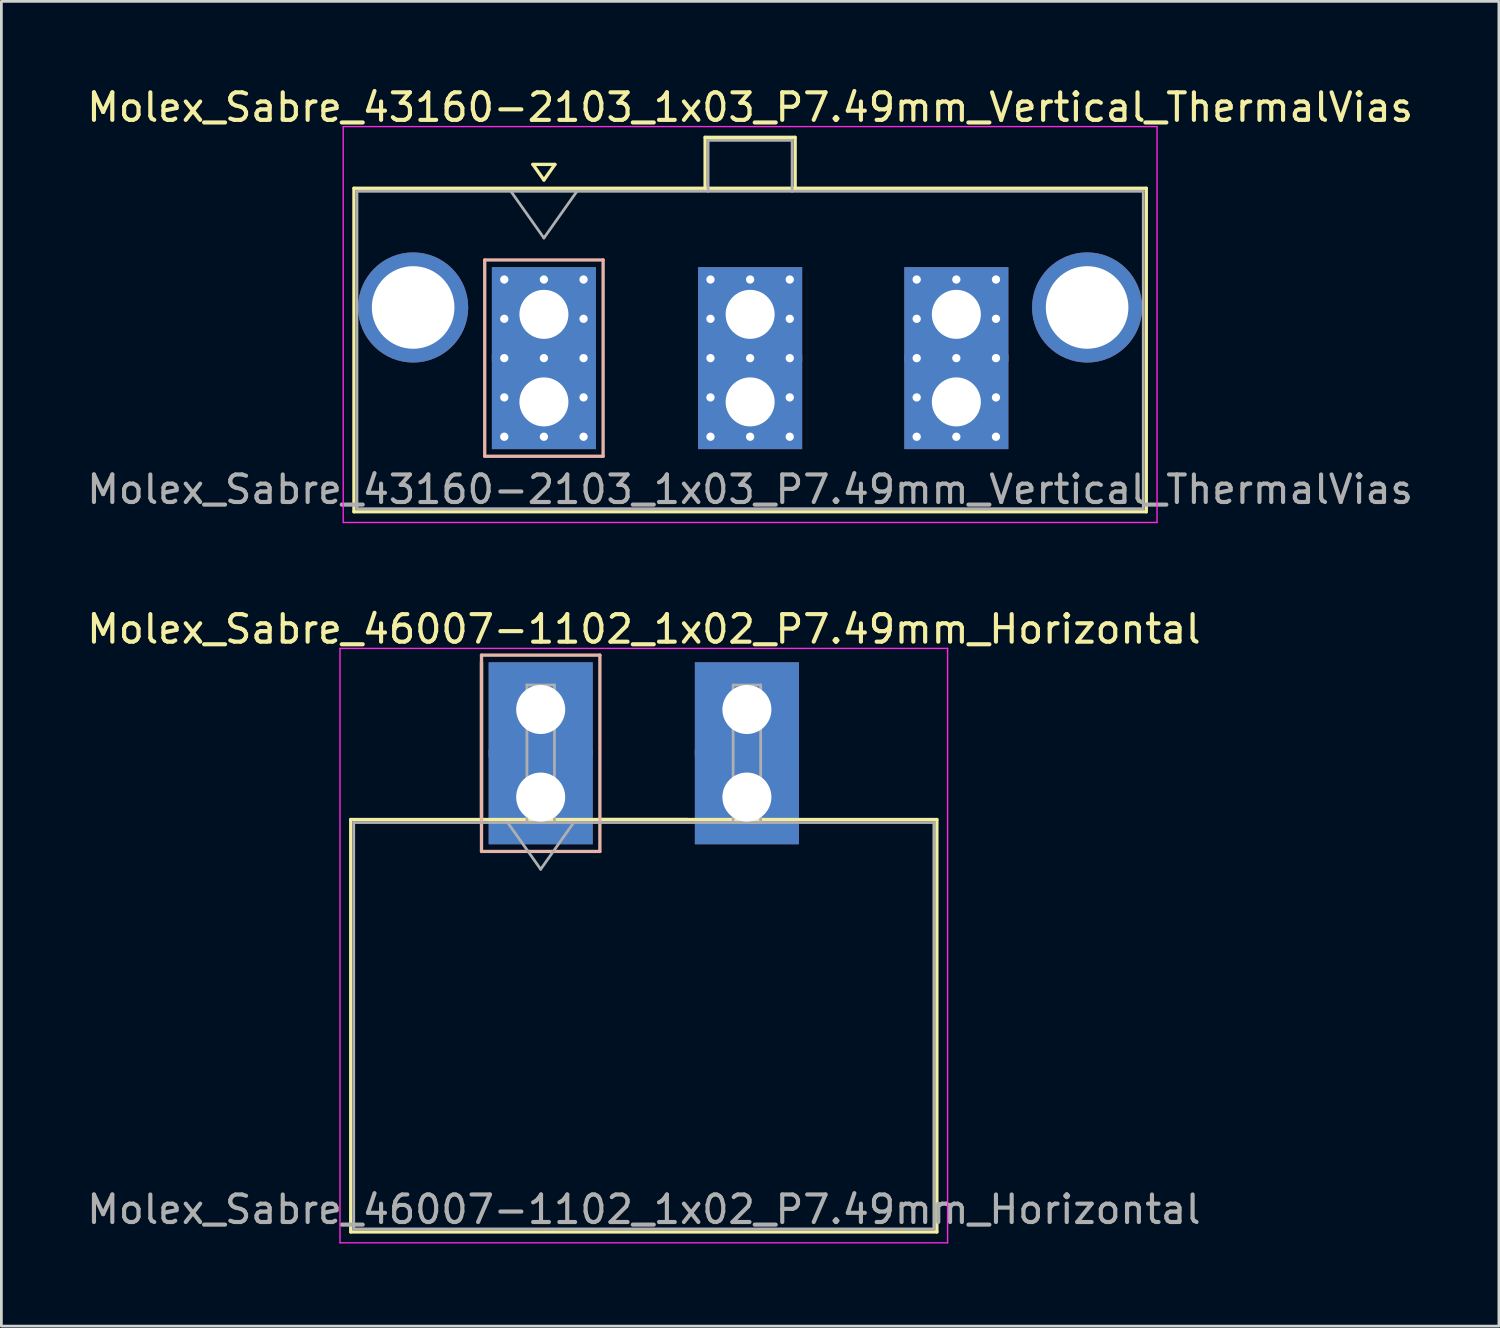
<source format=kicad_pcb>
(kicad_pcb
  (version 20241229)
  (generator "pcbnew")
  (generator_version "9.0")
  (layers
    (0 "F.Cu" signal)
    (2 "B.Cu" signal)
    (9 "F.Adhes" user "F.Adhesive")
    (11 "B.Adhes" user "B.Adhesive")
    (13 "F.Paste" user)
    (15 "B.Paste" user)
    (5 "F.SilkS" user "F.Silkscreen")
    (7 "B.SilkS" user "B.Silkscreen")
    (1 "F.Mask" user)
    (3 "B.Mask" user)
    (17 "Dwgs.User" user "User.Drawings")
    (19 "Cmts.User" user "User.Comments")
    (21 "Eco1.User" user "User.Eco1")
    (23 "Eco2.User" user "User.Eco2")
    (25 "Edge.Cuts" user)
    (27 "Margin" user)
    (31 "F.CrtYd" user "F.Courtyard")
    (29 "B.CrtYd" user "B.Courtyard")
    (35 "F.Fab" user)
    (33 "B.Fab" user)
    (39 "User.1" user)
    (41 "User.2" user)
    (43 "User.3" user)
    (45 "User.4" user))
  (footprint "Molex_Sabre_43160-2103_1x03_P7.49mm_Vertical_ThermalVias"
    (layer "F.Cu")
    (at 16.706 11.548)
    (property "Reference" "Molex_Sabre_43160-2103_1x03_P7.49mm_Vertical_ThermalVias" (at 7.49 -10.7 0) (layer "F.SilkS") (effects (font (size 1 1) (thickness 0.15))))
    (attr through_hole)
    (fp_line (start -6.9 -7.76) (end -6.9 3.99) (stroke (width 0.12) (type solid)) (layer "F.SilkS"))
    (fp_line (start -6.9 3.99) (end 21.88 3.99) (stroke (width 0.12) (type solid)) (layer "F.SilkS"))
    (fp_line (start -0.4 -8.626) (end 0 -8.06) (stroke (width 0.12) (type solid)) (layer "F.SilkS"))
    (fp_line (start 0 -8.06) (end 0.4 -8.626) (stroke (width 0.12) (type solid)) (layer "F.SilkS"))
    (fp_line (start 0.4 -8.626) (end -0.4 -8.626) (stroke (width 0.12) (type solid)) (layer "F.SilkS"))
    (fp_line (start 5.855 -9.61) (end 9.125 -9.61) (stroke (width 0.12) (type solid)) (layer "F.SilkS"))
    (fp_line (start 5.855 -7.76) (end 5.855 -9.61) (stroke (width 0.12) (type solid)) (layer "F.SilkS"))
    (fp_line (start 9.125 -9.61) (end 9.125 -7.76) (stroke (width 0.12) (type solid)) (layer "F.SilkS"))
    (fp_line (start 21.88 -7.76) (end -6.9 -7.76) (stroke (width 0.12) (type solid)) (layer "F.SilkS"))
    (fp_line (start 21.88 3.99) (end 21.88 -7.76) (stroke (width 0.12) (type solid)) (layer "F.SilkS"))
    (fp_line (start -2.15 -5.155) (end -2.15 1.975) (stroke (width 0.12) (type solid)) (layer "B.SilkS"))
    (fp_line (start -2.15 1.975) (end 2.15 1.975) (stroke (width 0.12) (type solid)) (layer "B.SilkS"))
    (fp_line (start 2.15 -5.155) (end -2.15 -5.155) (stroke (width 0.12) (type solid)) (layer "B.SilkS"))
    (fp_line (start 2.15 1.975) (end 2.15 -5.155) (stroke (width 0.12) (type solid)) (layer "B.SilkS"))
    (fp_line (start -7.29 -10) (end -7.29 4.38) (stroke (width 0.05) (type solid)) (layer "F.CrtYd"))
    (fp_line (start -7.29 4.38) (end 22.27 4.38) (stroke (width 0.05) (type solid)) (layer "F.CrtYd"))
    (fp_line (start 22.27 -10) (end -7.29 -10) (stroke (width 0.05) (type solid)) (layer "F.CrtYd"))
    (fp_line (start 22.27 4.38) (end 22.27 -10) (stroke (width 0.05) (type solid)) (layer "F.CrtYd"))
    (fp_line (start -6.79 -7.65) (end -6.79 3.88) (stroke (width 0.1) (type solid)) (layer "F.Fab"))
    (fp_line (start -6.79 3.88) (end 21.77 3.88) (stroke (width 0.1) (type solid)) (layer "F.Fab"))
    (fp_line (start -1.2 -7.65) (end 0 -5.953) (stroke (width 0.1) (type solid)) (layer "F.Fab"))
    (fp_line (start 0 -5.953) (end 1.2 -7.65) (stroke (width 0.1) (type solid)) (layer "F.Fab"))
    (fp_line (start 5.965 -9.5) (end 9.015 -9.5) (stroke (width 0.1) (type solid)) (layer "F.Fab"))
    (fp_line (start 5.965 -7.65) (end 5.965 -9.5) (stroke (width 0.1) (type solid)) (layer "F.Fab"))
    (fp_line (start 9.015 -9.5) (end 9.015 -7.65) (stroke (width 0.1) (type solid)) (layer "F.Fab"))
    (fp_line (start 21.77 -7.65) (end -6.79 -7.65) (stroke (width 0.1) (type solid)) (layer "F.Fab"))
    (fp_line (start 21.77 3.88) (end 21.77 -7.65) (stroke (width 0.1) (type solid)) (layer "F.Fab"))
    (fp_text user "${REFERENCE}" (at 7.49 3.18 0) (layer "F.Fab") (effects (font (size 1 1) (thickness 0.15))))
    (pad "" thru_hole circle (at -4.75 -3.43) (size 4 4) (drill 3) (layers "*.Cu" "*.Mask"))
    (pad "" thru_hole circle (at 19.73 -3.43) (size 4 4) (drill 3) (layers "*.Cu" "*.Mask"))
    (pad "1" thru_hole rect (at -1.44 -4.445) (size 0.6 0.6) (drill 0.3) (layers "*.Cu" "*.Mask"))
    (pad "1" thru_hole rect (at -1.44 -3.018) (size 0.6 0.6) (drill 0.3) (layers "*.Cu" "*.Mask"))
    (pad "1" thru_hole rect (at -1.44 -1.59) (size 0.6 0.6) (drill 0.3) (layers "*.Cu" "*.Mask"))
    (pad "1" thru_hole rect (at -1.44 -0.163) (size 0.6 0.6) (drill 0.3) (layers "*.Cu" "*.Mask"))
    (pad "1" thru_hole rect (at -1.44 1.265) (size 0.6 0.6) (drill 0.3) (layers "*.Cu" "*.Mask"))
    (pad "1" thru_hole rect (at 0 -4.445) (size 0.6 0.6) (drill 0.3) (layers "*.Cu" "*.Mask"))
    (pad "1" thru_hole rect (at 0 -3.18) (size 3.78 3.43) (drill 1.78) (layers "*.Cu" "*.Mask"))
    (pad "1" thru_hole rect (at 0 -1.59) (size 0.6 0.6) (drill 0.3) (layers "*.Cu" "*.Mask"))
    (pad "1" thru_hole rect (at 0 0) (size 3.78 3.43) (drill 1.78) (layers "*.Cu" "*.Mask"))
    (pad "1" thru_hole rect (at 0 1.265) (size 0.6 0.6) (drill 0.3) (layers "*.Cu" "*.Mask"))
    (pad "1" thru_hole rect (at 1.44 -4.445) (size 0.6 0.6) (drill 0.3) (layers "*.Cu" "*.Mask"))
    (pad "1" thru_hole rect (at 1.44 -3.018) (size 0.6 0.6) (drill 0.3) (layers "*.Cu" "*.Mask"))
    (pad "1" thru_hole rect (at 1.44 -1.59) (size 0.6 0.6) (drill 0.3) (layers "*.Cu" "*.Mask"))
    (pad "1" thru_hole rect (at 1.44 -0.163) (size 0.6 0.6) (drill 0.3) (layers "*.Cu" "*.Mask"))
    (pad "1" thru_hole rect (at 1.44 1.265) (size 0.6 0.6) (drill 0.3) (layers "*.Cu" "*.Mask"))
    (pad "2" thru_hole circle (at 6.05 -4.445) (size 0.6 0.6) (drill 0.3) (layers "*.Cu" "*.Mask"))
    (pad "2" thru_hole circle (at 6.05 -3.018) (size 0.6 0.6) (drill 0.3) (layers "*.Cu" "*.Mask"))
    (pad "2" thru_hole circle (at 6.05 -1.59) (size 0.6 0.6) (drill 0.3) (layers "*.Cu" "*.Mask"))
    (pad "2" thru_hole circle (at 6.05 -0.163) (size 0.6 0.6) (drill 0.3) (layers "*.Cu" "*.Mask"))
    (pad "2" thru_hole circle (at 6.05 1.265) (size 0.6 0.6) (drill 0.3) (layers "*.Cu" "*.Mask"))
    (pad "2" thru_hole circle (at 7.49 -4.445) (size 0.6 0.6) (drill 0.3) (layers "*.Cu" "*.Mask"))
    (pad "2" thru_hole rect (at 7.49 -3.18) (size 3.78 3.43) (drill 1.78) (layers "*.Cu" "*.Mask"))
    (pad "2" thru_hole circle (at 7.49 -1.59) (size 0.6 0.6) (drill 0.3) (layers "*.Cu" "*.Mask"))
    (pad "2" thru_hole rect (at 7.49 0) (size 3.78 3.43) (drill 1.78) (layers "*.Cu" "*.Mask"))
    (pad "2" thru_hole circle (at 7.49 1.265) (size 0.6 0.6) (drill 0.3) (layers "*.Cu" "*.Mask"))
    (pad "2" thru_hole circle (at 8.93 -4.445) (size 0.6 0.6) (drill 0.3) (layers "*.Cu" "*.Mask"))
    (pad "2" thru_hole circle (at 8.93 -3.018) (size 0.6 0.6) (drill 0.3) (layers "*.Cu" "*.Mask"))
    (pad "2" thru_hole circle (at 8.93 -1.59) (size 0.6 0.6) (drill 0.3) (layers "*.Cu" "*.Mask"))
    (pad "2" thru_hole circle (at 8.93 -0.163) (size 0.6 0.6) (drill 0.3) (layers "*.Cu" "*.Mask"))
    (pad "2" thru_hole circle (at 8.93 1.265) (size 0.6 0.6) (drill 0.3) (layers "*.Cu" "*.Mask"))
    (pad "3" thru_hole circle (at 13.54 -4.445) (size 0.6 0.6) (drill 0.3) (layers "*.Cu" "*.Mask"))
    (pad "3" thru_hole circle (at 13.54 -3.018) (size 0.6 0.6) (drill 0.3) (layers "*.Cu" "*.Mask"))
    (pad "3" thru_hole circle (at 13.54 -1.59) (size 0.6 0.6) (drill 0.3) (layers "*.Cu" "*.Mask"))
    (pad "3" thru_hole circle (at 13.54 -0.163) (size 0.6 0.6) (drill 0.3) (layers "*.Cu" "*.Mask"))
    (pad "3" thru_hole circle (at 13.54 1.265) (size 0.6 0.6) (drill 0.3) (layers "*.Cu" "*.Mask"))
    (pad "3" thru_hole circle (at 14.98 -4.445) (size 0.6 0.6) (drill 0.3) (layers "*.Cu" "*.Mask"))
    (pad "3" thru_hole rect (at 14.98 -3.18) (size 3.78 3.43) (drill 1.78) (layers "*.Cu" "*.Mask"))
    (pad "3" thru_hole circle (at 14.98 -1.59) (size 0.6 0.6) (drill 0.3) (layers "*.Cu" "*.Mask"))
    (pad "3" thru_hole rect (at 14.98 0) (size 3.78 3.43) (drill 1.78) (layers "*.Cu" "*.Mask"))
    (pad "3" thru_hole circle (at 14.98 1.265) (size 0.6 0.6) (drill 0.3) (layers "*.Cu" "*.Mask"))
    (pad "3" thru_hole circle (at 16.42 -4.445) (size 0.6 0.6) (drill 0.3) (layers "*.Cu" "*.Mask"))
    (pad "3" thru_hole circle (at 16.42 -3.018) (size 0.6 0.6) (drill 0.3) (layers "*.Cu" "*.Mask"))
    (pad "3" thru_hole circle (at 16.42 -1.59) (size 0.6 0.6) (drill 0.3) (layers "*.Cu" "*.Mask"))
    (pad "3" thru_hole circle (at 16.42 -0.163) (size 0.6 0.6) (drill 0.3) (layers "*.Cu" "*.Mask"))
    (pad "3" thru_hole circle (at 16.42 1.265) (size 0.6 0.6) (drill 0.3) (layers "*.Cu" "*.Mask")))
  (footprint "Molex_Sabre_46007-1102_1x02_P7.49mm_Horizontal"
    (layer "F.Cu")
    (at 16.589 25.901)
    (property "Reference" "Molex_Sabre_46007-1102_1x02_P7.49mm_Horizontal" (at 3.75 -6.1 0) (layer "F.SilkS") (effects (font (size 1 1) (thickness 0.15))))
    (attr through_hole)
    (fp_line (start -6.9 0.815) (end -6.9 15.795) (stroke (width 0.12) (type solid)) (layer "F.SilkS"))
    (fp_line (start -6.9 15.795) (end 14.39 15.795) (stroke (width 0.12) (type solid)) (layer "F.SilkS"))
    (fp_line (start -2.15 0.815) (end -2.15 -4.895) (stroke (width 0.12) (type solid)) (layer "F.SilkS"))
    (fp_line (start 2.15 0.815) (end 5.34 0.815) (stroke (width 0.12) (type solid)) (layer "F.SilkS"))
    (fp_line (start 14.39 0.815) (end -6.9 0.815) (stroke (width 0.12) (type solid)) (layer "F.SilkS"))
    (fp_line (start 14.39 15.795) (end 14.39 0.815) (stroke (width 0.12) (type solid)) (layer "F.SilkS"))
    (fp_line (start -2.15 -5.155) (end -2.15 1.975) (stroke (width 0.12) (type solid)) (layer "B.SilkS"))
    (fp_line (start -2.15 1.975) (end 2.15 1.975) (stroke (width 0.12) (type solid)) (layer "B.SilkS"))
    (fp_line (start 2.15 -5.155) (end -2.15 -5.155) (stroke (width 0.12) (type solid)) (layer "B.SilkS"))
    (fp_line (start 2.15 1.975) (end 2.15 -5.155) (stroke (width 0.12) (type solid)) (layer "B.SilkS"))
    (fp_line (start -7.29 -5.4) (end -7.29 16.19) (stroke (width 0.05) (type solid)) (layer "F.CrtYd"))
    (fp_line (start -7.29 16.19) (end 14.78 16.19) (stroke (width 0.05) (type solid)) (layer "F.CrtYd"))
    (fp_line (start 14.78 -5.4) (end -7.29 -5.4) (stroke (width 0.05) (type solid)) (layer "F.CrtYd"))
    (fp_line (start 14.78 16.19) (end 14.78 -5.4) (stroke (width 0.05) (type solid)) (layer "F.CrtYd"))
    (fp_line (start -6.79 0.925) (end -6.79 15.685) (stroke (width 0.1) (type solid)) (layer "F.Fab"))
    (fp_line (start -6.79 15.685) (end 14.28 15.685) (stroke (width 0.1) (type solid)) (layer "F.Fab"))
    (fp_line (start -1.2 0.925) (end 0 2.622) (stroke (width 0.1) (type solid)) (layer "F.Fab"))
    (fp_line (start -0.5 -4.07) (end 0.5 -4.07) (stroke (width 0.1) (type solid)) (layer "F.Fab"))
    (fp_line (start -0.5 0.925) (end -0.5 -4.07) (stroke (width 0.1) (type solid)) (layer "F.Fab"))
    (fp_line (start 0 2.622) (end 1.2 0.925) (stroke (width 0.1) (type solid)) (layer "F.Fab"))
    (fp_line (start 0.5 -4.07) (end 0.5 0.925) (stroke (width 0.1) (type solid)) (layer "F.Fab"))
    (fp_line (start 0.5 0.925) (end -0.5 0.925) (stroke (width 0.1) (type solid)) (layer "F.Fab"))
    (fp_line (start 6.99 -4.07) (end 7.99 -4.07) (stroke (width 0.1) (type solid)) (layer "F.Fab"))
    (fp_line (start 6.99 0.925) (end 6.99 -4.07) (stroke (width 0.1) (type solid)) (layer "F.Fab"))
    (fp_line (start 7.99 -4.07) (end 7.99 0.925) (stroke (width 0.1) (type solid)) (layer "F.Fab"))
    (fp_line (start 7.99 0.925) (end 6.99 0.925) (stroke (width 0.1) (type solid)) (layer "F.Fab"))
    (fp_line (start 14.28 0.925) (end -6.79 0.925) (stroke (width 0.1) (type solid)) (layer "F.Fab"))
    (fp_line (start 14.28 15.685) (end 14.28 0.925) (stroke (width 0.1) (type solid)) (layer "F.Fab"))
    (fp_text user "${REFERENCE}" (at 3.75 14.98 0) (layer "F.Fab") (effects (font (size 1 1) (thickness 0.15))))
    (pad "1" thru_hole rect (at 0 -3.18) (size 3.78 3.43) (drill 1.78) (layers "*.Cu" "*.Mask"))
    (pad "1" thru_hole rect (at 0 0) (size 3.78 3.43) (drill 1.78) (layers "*.Cu" "*.Mask"))
    (pad "2" thru_hole rect (at 7.49 -3.18) (size 3.78 3.43) (drill 1.78) (layers "*.Cu" "*.Mask"))
    (pad "2" thru_hole rect (at 7.49 0) (size 3.78 3.43) (drill 1.78) (layers "*.Cu" "*.Mask")))
  (gr_rect
    (start -3 -3)
    (end 51.393 45.117)
    (stroke (width 0.1) (type default))
    (fill no)
    (layer "Edge.Cuts")))
</source>
